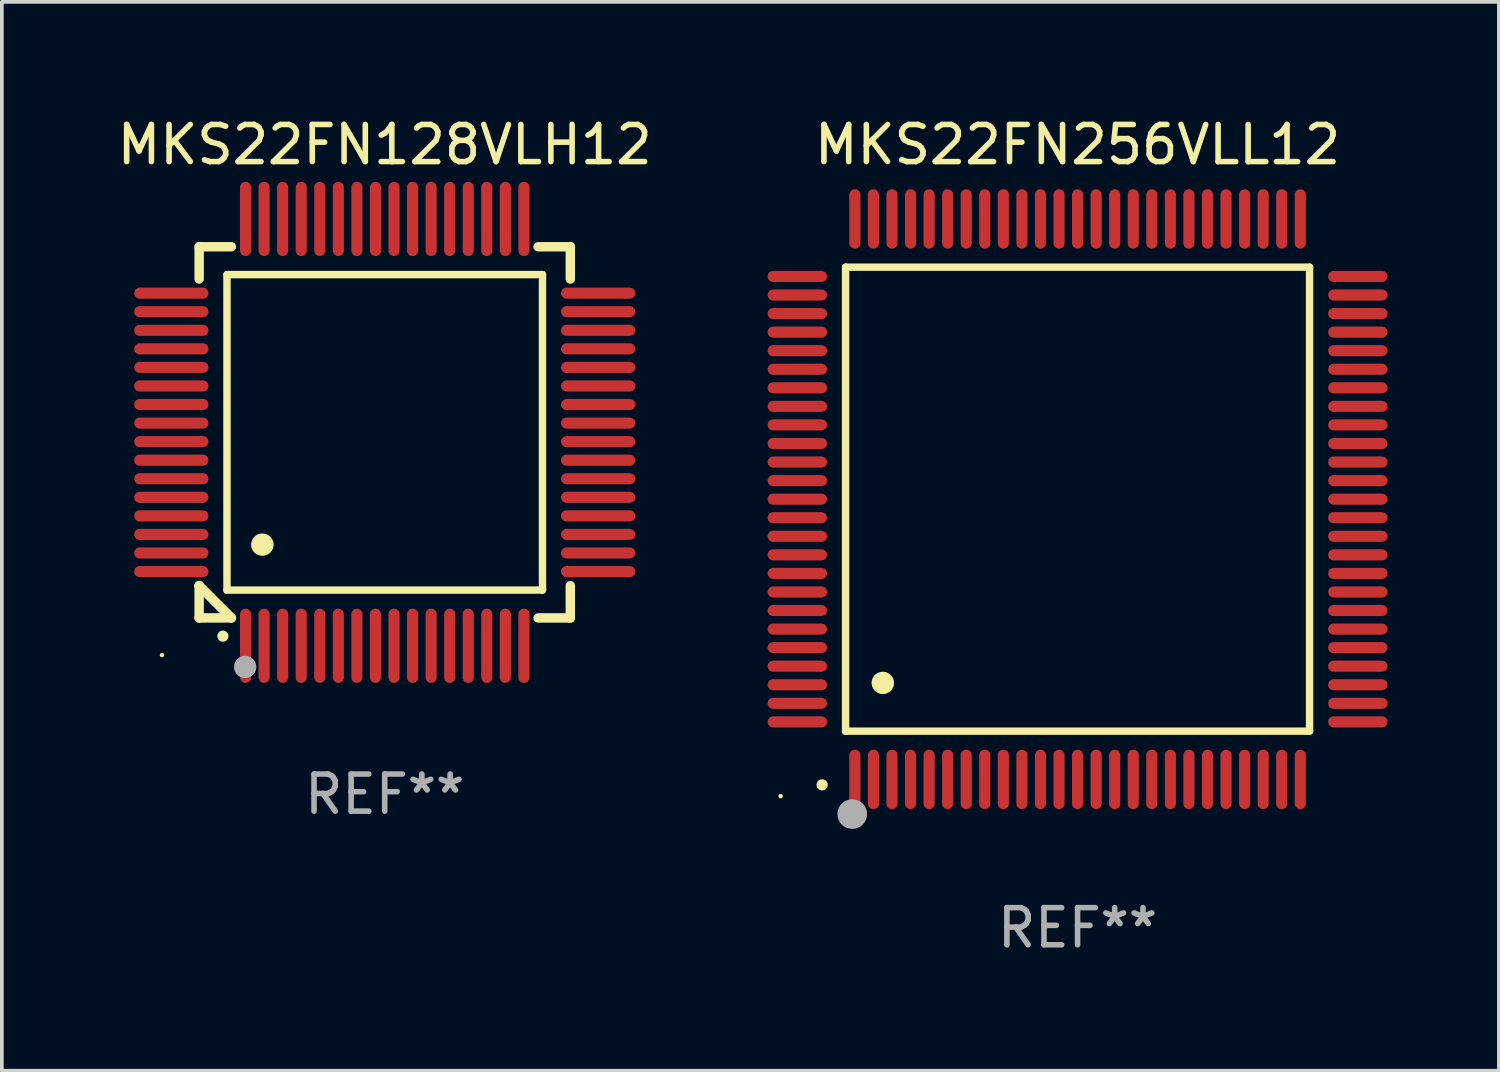
<source format=kicad_pcb>
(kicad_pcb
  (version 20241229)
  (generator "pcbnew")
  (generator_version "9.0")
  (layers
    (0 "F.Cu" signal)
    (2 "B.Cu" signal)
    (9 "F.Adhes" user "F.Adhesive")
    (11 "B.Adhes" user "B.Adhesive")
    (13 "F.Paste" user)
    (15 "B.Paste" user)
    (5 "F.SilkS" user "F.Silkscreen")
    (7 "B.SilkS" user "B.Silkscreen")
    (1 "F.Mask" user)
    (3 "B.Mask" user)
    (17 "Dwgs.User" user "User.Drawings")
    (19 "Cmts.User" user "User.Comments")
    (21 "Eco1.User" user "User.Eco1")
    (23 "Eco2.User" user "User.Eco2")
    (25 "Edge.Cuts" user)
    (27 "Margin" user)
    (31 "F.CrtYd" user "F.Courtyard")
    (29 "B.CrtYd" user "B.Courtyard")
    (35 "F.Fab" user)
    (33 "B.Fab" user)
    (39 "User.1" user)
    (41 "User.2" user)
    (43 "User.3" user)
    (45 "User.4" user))
  (footprint "MKS22FN128VLH12"
    (layer "F.Cu")
    (at 7.315 8.598)
    (property "Reference" "MKS22FN128VLH12" (at 0 -7.75 0) (layer "F.SilkS") (effects (font (size 1 1) (thickness 0.15))))
    (attr through_hole)
    (fp_line (start -5 -5) (end -4.131 -5) (stroke (width 0.254) (type solid)) (layer "F.SilkS"))
    (fp_line (start -5 -4.131) (end -5 -5) (stroke (width 0.254) (type solid)) (layer "F.SilkS"))
    (fp_line (start -5 4.131) (end -5 4.131) (stroke (width 0.254) (type solid)) (layer "F.SilkS"))
    (fp_line (start -5 5) (end -5 4.131) (stroke (width 0.254) (type solid)) (layer "F.SilkS"))
    (fp_line (start -5 4.131) (end -4.131 5) (stroke (width 0.254) (type solid)) (layer "F.SilkS"))
    (fp_line (start -4.25 -4.25) (end -4.25 4.25) (stroke (width 0.2) (type solid)) (layer "F.SilkS"))
    (fp_line (start -4.25 4.25) (end 4.25 4.25) (stroke (width 0.2) (type solid)) (layer "F.SilkS"))
    (fp_line (start -4.131 5) (end -5 5) (stroke (width 0.254) (type solid)) (layer "F.SilkS"))
    (fp_line (start 4.25 -4.25) (end -4.25 -4.25) (stroke (width 0.2) (type solid)) (layer "F.SilkS"))
    (fp_line (start 4.25 4.25) (end 4.25 -4.25) (stroke (width 0.2) (type solid)) (layer "F.SilkS"))
    (fp_line (start 5 -5) (end 4.131 -5) (stroke (width 0.254) (type solid)) (layer "F.SilkS"))
    (fp_line (start 5 -5) (end 5 -4.131) (stroke (width 0.254) (type solid)) (layer "F.SilkS"))
    (fp_line (start 5 4.131) (end 5 5) (stroke (width 0.254) (type solid)) (layer "F.SilkS"))
    (fp_line (start 5 5) (end 4.131 5) (stroke (width 0.254) (type solid)) (layer "F.SilkS"))
    (fp_arc (start -4.361265 5.489992) (mid -4.359995 5.489987) (end -4.358725 5.489992) (stroke (width 0.3) (type solid)) (layer "F.SilkS"))
    (fp_arc (start -3.299467 3.025146) (mid -3.296927 3.025135) (end -3.294387 3.025146) (stroke (width 0.6) (type solid)) (layer "F.SilkS"))
    (fp_circle (center -6 6) (end -5.97 6) (stroke (width 0.06) (type solid)) (fill no) (layer "F.SilkS"))
    (fp_circle (center -3.76 6.32) (end -3.61 6.32) (stroke (width 0.3) (type solid)) (fill no) (layer "F.Fab"))
    (fp_text user "REF**" (at 0 9.75 0) (layer "F.Fab") (effects (font (size 1 1) (thickness 0.15))))
    (pad "1" smd oval (at -3.75 5.75) (size 0.3 2) (layers "F.Cu" "F.Mask" "F.Paste"))
    (pad "2" smd oval (at -3.25 5.75) (size 0.3 2) (layers "F.Cu" "F.Mask" "F.Paste"))
    (pad "3" smd oval (at -2.75 5.75) (size 0.3 2) (layers "F.Cu" "F.Mask" "F.Paste"))
    (pad "4" smd oval (at -2.25 5.75) (size 0.3 2) (layers "F.Cu" "F.Mask" "F.Paste"))
    (pad "5" smd oval (at -1.75 5.75) (size 0.3 2) (layers "F.Cu" "F.Mask" "F.Paste"))
    (pad "6" smd oval (at -1.25 5.75) (size 0.3 2) (layers "F.Cu" "F.Mask" "F.Paste"))
    (pad "7" smd oval (at -0.75 5.75) (size 0.3 2) (layers "F.Cu" "F.Mask" "F.Paste"))
    (pad "8" smd oval (at -0.25 5.75) (size 0.3 2) (layers "F.Cu" "F.Mask" "F.Paste"))
    (pad "9" smd oval (at 0.25 5.75) (size 0.3 2) (layers "F.Cu" "F.Mask" "F.Paste"))
    (pad "10" smd oval (at 0.75 5.75) (size 0.3 2) (layers "F.Cu" "F.Mask" "F.Paste"))
    (pad "11" smd oval (at 1.25 5.75) (size 0.3 2) (layers "F.Cu" "F.Mask" "F.Paste"))
    (pad "12" smd oval (at 1.75 5.75) (size 0.3 2) (layers "F.Cu" "F.Mask" "F.Paste"))
    (pad "13" smd oval (at 2.25 5.75) (size 0.3 2) (layers "F.Cu" "F.Mask" "F.Paste"))
    (pad "14" smd oval (at 2.75 5.75) (size 0.3 2) (layers "F.Cu" "F.Mask" "F.Paste"))
    (pad "15" smd oval (at 3.25 5.75) (size 0.3 2) (layers "F.Cu" "F.Mask" "F.Paste"))
    (pad "16" smd oval (at 3.75 5.75) (size 0.3 2) (layers "F.Cu" "F.Mask" "F.Paste"))
    (pad "17" smd oval (at 5.75 3.75) (size 2 0.3) (layers "F.Cu" "F.Mask" "F.Paste"))
    (pad "18" smd oval (at 5.75 3.25) (size 2 0.3) (layers "F.Cu" "F.Mask" "F.Paste"))
    (pad "19" smd oval (at 5.75 2.75) (size 2 0.3) (layers "F.Cu" "F.Mask" "F.Paste"))
    (pad "20" smd oval (at 5.75 2.25) (size 2 0.3) (layers "F.Cu" "F.Mask" "F.Paste"))
    (pad "21" smd oval (at 5.75 1.75) (size 2 0.3) (layers "F.Cu" "F.Mask" "F.Paste"))
    (pad "22" smd oval (at 5.75 1.25) (size 2 0.3) (layers "F.Cu" "F.Mask" "F.Paste"))
    (pad "23" smd oval (at 5.75 0.75) (size 2 0.3) (layers "F.Cu" "F.Mask" "F.Paste"))
    (pad "24" smd oval (at 5.75 0.25) (size 2 0.3) (layers "F.Cu" "F.Mask" "F.Paste"))
    (pad "25" smd oval (at 5.75 -0.25) (size 2 0.3) (layers "F.Cu" "F.Mask" "F.Paste"))
    (pad "26" smd oval (at 5.75 -0.75) (size 2 0.3) (layers "F.Cu" "F.Mask" "F.Paste"))
    (pad "27" smd oval (at 5.75 -1.25) (size 2 0.3) (layers "F.Cu" "F.Mask" "F.Paste"))
    (pad "28" smd oval (at 5.75 -1.75) (size 2 0.3) (layers "F.Cu" "F.Mask" "F.Paste"))
    (pad "29" smd oval (at 5.75 -2.25) (size 2 0.3) (layers "F.Cu" "F.Mask" "F.Paste"))
    (pad "30" smd oval (at 5.75 -2.75) (size 2 0.3) (layers "F.Cu" "F.Mask" "F.Paste"))
    (pad "31" smd oval (at 5.75 -3.25) (size 2 0.3) (layers "F.Cu" "F.Mask" "F.Paste"))
    (pad "32" smd oval (at 5.75 -3.75) (size 2 0.3) (layers "F.Cu" "F.Mask" "F.Paste"))
    (pad "33" smd oval (at 3.75 -5.75) (size 0.3 2) (layers "F.Cu" "F.Mask" "F.Paste"))
    (pad "34" smd oval (at 3.25 -5.75) (size 0.3 2) (layers "F.Cu" "F.Mask" "F.Paste"))
    (pad "35" smd oval (at 2.75 -5.75) (size 0.3 2) (layers "F.Cu" "F.Mask" "F.Paste"))
    (pad "36" smd oval (at 2.25 -5.75) (size 0.3 2) (layers "F.Cu" "F.Mask" "F.Paste"))
    (pad "37" smd oval (at 1.75 -5.75) (size 0.3 2) (layers "F.Cu" "F.Mask" "F.Paste"))
    (pad "38" smd oval (at 1.25 -5.75) (size 0.3 2) (layers "F.Cu" "F.Mask" "F.Paste"))
    (pad "39" smd oval (at 0.75 -5.75) (size 0.3 2) (layers "F.Cu" "F.Mask" "F.Paste"))
    (pad "40" smd oval (at 0.25 -5.75) (size 0.3 2) (layers "F.Cu" "F.Mask" "F.Paste"))
    (pad "41" smd oval (at -0.25 -5.75) (size 0.3 2) (layers "F.Cu" "F.Mask" "F.Paste"))
    (pad "42" smd oval (at -0.75 -5.75) (size 0.3 2) (layers "F.Cu" "F.Mask" "F.Paste"))
    (pad "43" smd oval (at -1.25 -5.75) (size 0.3 2) (layers "F.Cu" "F.Mask" "F.Paste"))
    (pad "44" smd oval (at -1.75 -5.75) (size 0.3 2) (layers "F.Cu" "F.Mask" "F.Paste"))
    (pad "45" smd oval (at -2.25 -5.75) (size 0.3 2) (layers "F.Cu" "F.Mask" "F.Paste"))
    (pad "46" smd oval (at -2.75 -5.75) (size 0.3 2) (layers "F.Cu" "F.Mask" "F.Paste"))
    (pad "47" smd oval (at -3.25 -5.75) (size 0.3 2) (layers "F.Cu" "F.Mask" "F.Paste"))
    (pad "48" smd oval (at -3.75 -5.75) (size 0.3 2) (layers "F.Cu" "F.Mask" "F.Paste"))
    (pad "49" smd oval (at -5.75 -3.75) (size 2 0.3) (layers "F.Cu" "F.Mask" "F.Paste"))
    (pad "50" smd oval (at -5.75 -3.25) (size 2 0.3) (layers "F.Cu" "F.Mask" "F.Paste"))
    (pad "51" smd oval (at -5.75 -2.75) (size 2 0.3) (layers "F.Cu" "F.Mask" "F.Paste"))
    (pad "52" smd oval (at -5.75 -2.25) (size 2 0.3) (layers "F.Cu" "F.Mask" "F.Paste"))
    (pad "53" smd oval (at -5.75 -1.75) (size 2 0.3) (layers "F.Cu" "F.Mask" "F.Paste"))
    (pad "54" smd oval (at -5.75 -1.25) (size 2 0.3) (layers "F.Cu" "F.Mask" "F.Paste"))
    (pad "55" smd oval (at -5.75 -0.75) (size 2 0.3) (layers "F.Cu" "F.Mask" "F.Paste"))
    (pad "56" smd oval (at -5.75 -0.25) (size 2 0.3) (layers "F.Cu" "F.Mask" "F.Paste"))
    (pad "57" smd oval (at -5.75 0.25) (size 2 0.3) (layers "F.Cu" "F.Mask" "F.Paste"))
    (pad "58" smd oval (at -5.75 0.75) (size 2 0.3) (layers "F.Cu" "F.Mask" "F.Paste"))
    (pad "59" smd oval (at -5.75 1.25) (size 2 0.3) (layers "F.Cu" "F.Mask" "F.Paste"))
    (pad "60" smd oval (at -5.75 1.75) (size 2 0.3) (layers "F.Cu" "F.Mask" "F.Paste"))
    (pad "61" smd oval (at -5.75 2.25) (size 2 0.3) (layers "F.Cu" "F.Mask" "F.Paste"))
    (pad "62" smd oval (at -5.75 2.75) (size 2 0.3) (layers "F.Cu" "F.Mask" "F.Paste"))
    (pad "63" smd oval (at -5.75 3.25) (size 2 0.3) (layers "F.Cu" "F.Mask" "F.Paste"))
    (pad "64" smd oval (at -5.75 3.75) (size 2 0.3) (layers "F.Cu" "F.Mask" "F.Paste")))
  (footprint "MKS22FN256VLL12"
    (layer "F.Cu")
    (at 25.981 10.398)
    (property "Reference" "MKS22FN256VLL12" (at 0 -9.55 0) (layer "F.SilkS") (effects (font (size 1 1) (thickness 0.15))))
    (attr through_hole)
    (fp_line (start -6.25 -6.25) (end -6.25 6.25) (stroke (width 0.2) (type solid)) (layer "F.SilkS"))
    (fp_line (start -6.25 6.25) (end 6.25 6.25) (stroke (width 0.2) (type solid)) (layer "F.SilkS"))
    (fp_line (start 6.25 -6.25) (end -6.25 -6.25) (stroke (width 0.2) (type solid)) (layer "F.SilkS"))
    (fp_line (start 6.25 6.25) (end 6.25 -6.25) (stroke (width 0.2) (type solid)) (layer "F.SilkS"))
    (fp_arc (start -6.883414 7.696215) (mid -6.882144 7.69621) (end -6.880874 7.696215) (stroke (width 0.3) (type solid)) (layer "F.SilkS"))
    (fp_arc (start -5.250191 4.95047) (mid -5.247651 4.950459) (end -5.245111 4.95047) (stroke (width 0.6) (type solid)) (layer "F.SilkS"))
    (fp_circle (center -8 8) (end -7.97 8) (stroke (width 0.06) (type solid)) (fill no) (layer "F.SilkS"))
    (fp_circle (center -6.071 8.484) (end -5.871 8.484) (stroke (width 0.4) (type solid)) (fill no) (layer "F.Fab"))
    (fp_text user "REF**" (at 0 11.55 0) (layer "F.Fab") (effects (font (size 1 1) (thickness 0.15))))
    (pad "1" smd oval (at -6 7.55) (size 0.3 1.6) (layers "F.Cu" "F.Mask" "F.Paste"))
    (pad "2" smd oval (at -5.5 7.55) (size 0.3 1.6) (layers "F.Cu" "F.Mask" "F.Paste"))
    (pad "3" smd oval (at -5 7.55) (size 0.3 1.6) (layers "F.Cu" "F.Mask" "F.Paste"))
    (pad "4" smd oval (at -4.5 7.55) (size 0.3 1.6) (layers "F.Cu" "F.Mask" "F.Paste"))
    (pad "5" smd oval (at -4 7.55) (size 0.3 1.6) (layers "F.Cu" "F.Mask" "F.Paste"))
    (pad "6" smd oval (at -3.5 7.55) (size 0.3 1.6) (layers "F.Cu" "F.Mask" "F.Paste"))
    (pad "7" smd oval (at -3 7.55) (size 0.3 1.6) (layers "F.Cu" "F.Mask" "F.Paste"))
    (pad "8" smd oval (at -2.5 7.55) (size 0.3 1.6) (layers "F.Cu" "F.Mask" "F.Paste"))
    (pad "9" smd oval (at -2 7.55) (size 0.3 1.6) (layers "F.Cu" "F.Mask" "F.Paste"))
    (pad "10" smd oval (at -1.5 7.55) (size 0.3 1.6) (layers "F.Cu" "F.Mask" "F.Paste"))
    (pad "11" smd oval (at -1 7.55) (size 0.3 1.6) (layers "F.Cu" "F.Mask" "F.Paste"))
    (pad "12" smd oval (at -0.5 7.55) (size 0.3 1.6) (layers "F.Cu" "F.Mask" "F.Paste"))
    (pad "13" smd oval (at 0 7.55) (size 0.3 1.6) (layers "F.Cu" "F.Mask" "F.Paste"))
    (pad "14" smd oval (at 0.5 7.55) (size 0.3 1.6) (layers "F.Cu" "F.Mask" "F.Paste"))
    (pad "15" smd oval (at 1 7.55) (size 0.3 1.6) (layers "F.Cu" "F.Mask" "F.Paste"))
    (pad "16" smd oval (at 1.5 7.55) (size 0.3 1.6) (layers "F.Cu" "F.Mask" "F.Paste"))
    (pad "17" smd oval (at 2 7.55) (size 0.3 1.6) (layers "F.Cu" "F.Mask" "F.Paste"))
    (pad "18" smd oval (at 2.5 7.55) (size 0.3 1.6) (layers "F.Cu" "F.Mask" "F.Paste"))
    (pad "19" smd oval (at 3 7.55) (size 0.3 1.6) (layers "F.Cu" "F.Mask" "F.Paste"))
    (pad "20" smd oval (at 3.5 7.55) (size 0.3 1.6) (layers "F.Cu" "F.Mask" "F.Paste"))
    (pad "21" smd oval (at 4 7.55) (size 0.3 1.6) (layers "F.Cu" "F.Mask" "F.Paste"))
    (pad "22" smd oval (at 4.5 7.55) (size 0.3 1.6) (layers "F.Cu" "F.Mask" "F.Paste"))
    (pad "23" smd oval (at 5 7.55) (size 0.3 1.6) (layers "F.Cu" "F.Mask" "F.Paste"))
    (pad "24" smd oval (at 5.5 7.55) (size 0.3 1.6) (layers "F.Cu" "F.Mask" "F.Paste"))
    (pad "25" smd oval (at 6 7.55) (size 0.3 1.6) (layers "F.Cu" "F.Mask" "F.Paste"))
    (pad "26" smd oval (at 7.55 6) (size 1.6 0.3) (layers "F.Cu" "F.Mask" "F.Paste"))
    (pad "27" smd oval (at 7.55 5.5) (size 1.6 0.3) (layers "F.Cu" "F.Mask" "F.Paste"))
    (pad "28" smd oval (at 7.55 5) (size 1.6 0.3) (layers "F.Cu" "F.Mask" "F.Paste"))
    (pad "29" smd oval (at 7.55 4.5) (size 1.6 0.3) (layers "F.Cu" "F.Mask" "F.Paste"))
    (pad "30" smd oval (at 7.55 4) (size 1.6 0.3) (layers "F.Cu" "F.Mask" "F.Paste"))
    (pad "31" smd oval (at 7.55 3.5) (size 1.6 0.3) (layers "F.Cu" "F.Mask" "F.Paste"))
    (pad "32" smd oval (at 7.55 3) (size 1.6 0.3) (layers "F.Cu" "F.Mask" "F.Paste"))
    (pad "33" smd oval (at 7.55 2.5) (size 1.6 0.3) (layers "F.Cu" "F.Mask" "F.Paste"))
    (pad "34" smd oval (at 7.55 2) (size 1.6 0.3) (layers "F.Cu" "F.Mask" "F.Paste"))
    (pad "35" smd oval (at 7.55 1.5) (size 1.6 0.3) (layers "F.Cu" "F.Mask" "F.Paste"))
    (pad "36" smd oval (at 7.55 1) (size 1.6 0.3) (layers "F.Cu" "F.Mask" "F.Paste"))
    (pad "37" smd oval (at 7.55 0.5) (size 1.6 0.3) (layers "F.Cu" "F.Mask" "F.Paste"))
    (pad "38" smd oval (at 7.55 0) (size 1.6 0.3) (layers "F.Cu" "F.Mask" "F.Paste"))
    (pad "39" smd oval (at 7.55 -0.5) (size 1.6 0.3) (layers "F.Cu" "F.Mask" "F.Paste"))
    (pad "40" smd oval (at 7.55 -1) (size 1.6 0.3) (layers "F.Cu" "F.Mask" "F.Paste"))
    (pad "41" smd oval (at 7.55 -1.5) (size 1.6 0.3) (layers "F.Cu" "F.Mask" "F.Paste"))
    (pad "42" smd oval (at 7.55 -2) (size 1.6 0.3) (layers "F.Cu" "F.Mask" "F.Paste"))
    (pad "43" smd oval (at 7.55 -2.5) (size 1.6 0.3) (layers "F.Cu" "F.Mask" "F.Paste"))
    (pad "44" smd oval (at 7.55 -3) (size 1.6 0.3) (layers "F.Cu" "F.Mask" "F.Paste"))
    (pad "45" smd oval (at 7.55 -3.5) (size 1.6 0.3) (layers "F.Cu" "F.Mask" "F.Paste"))
    (pad "46" smd oval (at 7.55 -4) (size 1.6 0.3) (layers "F.Cu" "F.Mask" "F.Paste"))
    (pad "47" smd oval (at 7.55 -4.5) (size 1.6 0.3) (layers "F.Cu" "F.Mask" "F.Paste"))
    (pad "48" smd oval (at 7.55 -5) (size 1.6 0.3) (layers "F.Cu" "F.Mask" "F.Paste"))
    (pad "49" smd oval (at 7.55 -5.5) (size 1.6 0.3) (layers "F.Cu" "F.Mask" "F.Paste"))
    (pad "50" smd oval (at 7.55 -6) (size 1.6 0.3) (layers "F.Cu" "F.Mask" "F.Paste"))
    (pad "51" smd oval (at 6 -7.55) (size 0.3 1.6) (layers "F.Cu" "F.Mask" "F.Paste"))
    (pad "52" smd oval (at 5.5 -7.55) (size 0.3 1.6) (layers "F.Cu" "F.Mask" "F.Paste"))
    (pad "53" smd oval (at 5 -7.55) (size 0.3 1.6) (layers "F.Cu" "F.Mask" "F.Paste"))
    (pad "54" smd oval (at 4.5 -7.55) (size 0.3 1.6) (layers "F.Cu" "F.Mask" "F.Paste"))
    (pad "55" smd oval (at 4 -7.55) (size 0.3 1.6) (layers "F.Cu" "F.Mask" "F.Paste"))
    (pad "56" smd oval (at 3.5 -7.55) (size 0.3 1.6) (layers "F.Cu" "F.Mask" "F.Paste"))
    (pad "57" smd oval (at 3 -7.55) (size 0.3 1.6) (layers "F.Cu" "F.Mask" "F.Paste"))
    (pad "58" smd oval (at 2.5 -7.55) (size 0.3 1.6) (layers "F.Cu" "F.Mask" "F.Paste"))
    (pad "59" smd oval (at 2 -7.55) (size 0.3 1.6) (layers "F.Cu" "F.Mask" "F.Paste"))
    (pad "60" smd oval (at 1.5 -7.55) (size 0.3 1.6) (layers "F.Cu" "F.Mask" "F.Paste"))
    (pad "61" smd oval (at 1 -7.55) (size 0.3 1.6) (layers "F.Cu" "F.Mask" "F.Paste"))
    (pad "62" smd oval (at 0.5 -7.55) (size 0.3 1.6) (layers "F.Cu" "F.Mask" "F.Paste"))
    (pad "63" smd oval (at 0 -7.55) (size 0.3 1.6) (layers "F.Cu" "F.Mask" "F.Paste"))
    (pad "64" smd oval (at -0.5 -7.55) (size 0.3 1.6) (layers "F.Cu" "F.Mask" "F.Paste"))
    (pad "65" smd oval (at -1 -7.55) (size 0.3 1.6) (layers "F.Cu" "F.Mask" "F.Paste"))
    (pad "66" smd oval (at -1.5 -7.55) (size 0.3 1.6) (layers "F.Cu" "F.Mask" "F.Paste"))
    (pad "67" smd oval (at -2 -7.55) (size 0.3 1.6) (layers "F.Cu" "F.Mask" "F.Paste"))
    (pad "68" smd oval (at -2.5 -7.55) (size 0.3 1.6) (layers "F.Cu" "F.Mask" "F.Paste"))
    (pad "69" smd oval (at -3 -7.55) (size 0.3 1.6) (layers "F.Cu" "F.Mask" "F.Paste"))
    (pad "70" smd oval (at -3.5 -7.55) (size 0.3 1.6) (layers "F.Cu" "F.Mask" "F.Paste"))
    (pad "71" smd oval (at -4 -7.55) (size 0.3 1.6) (layers "F.Cu" "F.Mask" "F.Paste"))
    (pad "72" smd oval (at -4.5 -7.55) (size 0.3 1.6) (layers "F.Cu" "F.Mask" "F.Paste"))
    (pad "73" smd oval (at -5 -7.55) (size 0.3 1.6) (layers "F.Cu" "F.Mask" "F.Paste"))
    (pad "74" smd oval (at -5.5 -7.55) (size 0.3 1.6) (layers "F.Cu" "F.Mask" "F.Paste"))
    (pad "75" smd oval (at -6 -7.55) (size 0.3 1.6) (layers "F.Cu" "F.Mask" "F.Paste"))
    (pad "76" smd oval (at -7.55 -6) (size 1.6 0.3) (layers "F.Cu" "F.Mask" "F.Paste"))
    (pad "77" smd oval (at -7.55 -5.5) (size 1.6 0.3) (layers "F.Cu" "F.Mask" "F.Paste"))
    (pad "78" smd oval (at -7.55 -5) (size 1.6 0.3) (layers "F.Cu" "F.Mask" "F.Paste"))
    (pad "79" smd oval (at -7.55 -4.5) (size 1.6 0.3) (layers "F.Cu" "F.Mask" "F.Paste"))
    (pad "80" smd oval (at -7.55 -4) (size 1.6 0.3) (layers "F.Cu" "F.Mask" "F.Paste"))
    (pad "81" smd oval (at -7.55 -3.5) (size 1.6 0.3) (layers "F.Cu" "F.Mask" "F.Paste"))
    (pad "82" smd oval (at -7.55 -3) (size 1.6 0.3) (layers "F.Cu" "F.Mask" "F.Paste"))
    (pad "83" smd oval (at -7.55 -2.5) (size 1.6 0.3) (layers "F.Cu" "F.Mask" "F.Paste"))
    (pad "84" smd oval (at -7.55 -2) (size 1.6 0.3) (layers "F.Cu" "F.Mask" "F.Paste"))
    (pad "85" smd oval (at -7.55 -1.5) (size 1.6 0.3) (layers "F.Cu" "F.Mask" "F.Paste"))
    (pad "86" smd oval (at -7.55 -1) (size 1.6 0.3) (layers "F.Cu" "F.Mask" "F.Paste"))
    (pad "87" smd oval (at -7.55 -0.5) (size 1.6 0.3) (layers "F.Cu" "F.Mask" "F.Paste"))
    (pad "88" smd oval (at -7.55 0) (size 1.6 0.3) (layers "F.Cu" "F.Mask" "F.Paste"))
    (pad "89" smd oval (at -7.55 0.5) (size 1.6 0.3) (layers "F.Cu" "F.Mask" "F.Paste"))
    (pad "90" smd oval (at -7.55 1) (size 1.6 0.3) (layers "F.Cu" "F.Mask" "F.Paste"))
    (pad "91" smd oval (at -7.55 1.5) (size 1.6 0.3) (layers "F.Cu" "F.Mask" "F.Paste"))
    (pad "92" smd oval (at -7.55 2) (size 1.6 0.3) (layers "F.Cu" "F.Mask" "F.Paste"))
    (pad "93" smd oval (at -7.55 2.5) (size 1.6 0.3) (layers "F.Cu" "F.Mask" "F.Paste"))
    (pad "94" smd oval (at -7.55 3) (size 1.6 0.3) (layers "F.Cu" "F.Mask" "F.Paste"))
    (pad "95" smd oval (at -7.55 3.5) (size 1.6 0.3) (layers "F.Cu" "F.Mask" "F.Paste"))
    (pad "96" smd oval (at -7.55 4) (size 1.6 0.3) (layers "F.Cu" "F.Mask" "F.Paste"))
    (pad "97" smd oval (at -7.55 4.5) (size 1.6 0.3) (layers "F.Cu" "F.Mask" "F.Paste"))
    (pad "98" smd oval (at -7.55 5) (size 1.6 0.3) (layers "F.Cu" "F.Mask" "F.Paste"))
    (pad "99" smd oval (at -7.55 5.5) (size 1.6 0.3) (layers "F.Cu" "F.Mask" "F.Paste"))
    (pad "100" smd oval (at -7.55 6) (size 1.6 0.3) (layers "F.Cu" "F.Mask" "F.Paste")))
  (gr_rect
    (start -3 -3)
    (end 37.331 25.796)
    (stroke (width 0.1) (type default))
    (fill no)
    (layer "Edge.Cuts")))
</source>
